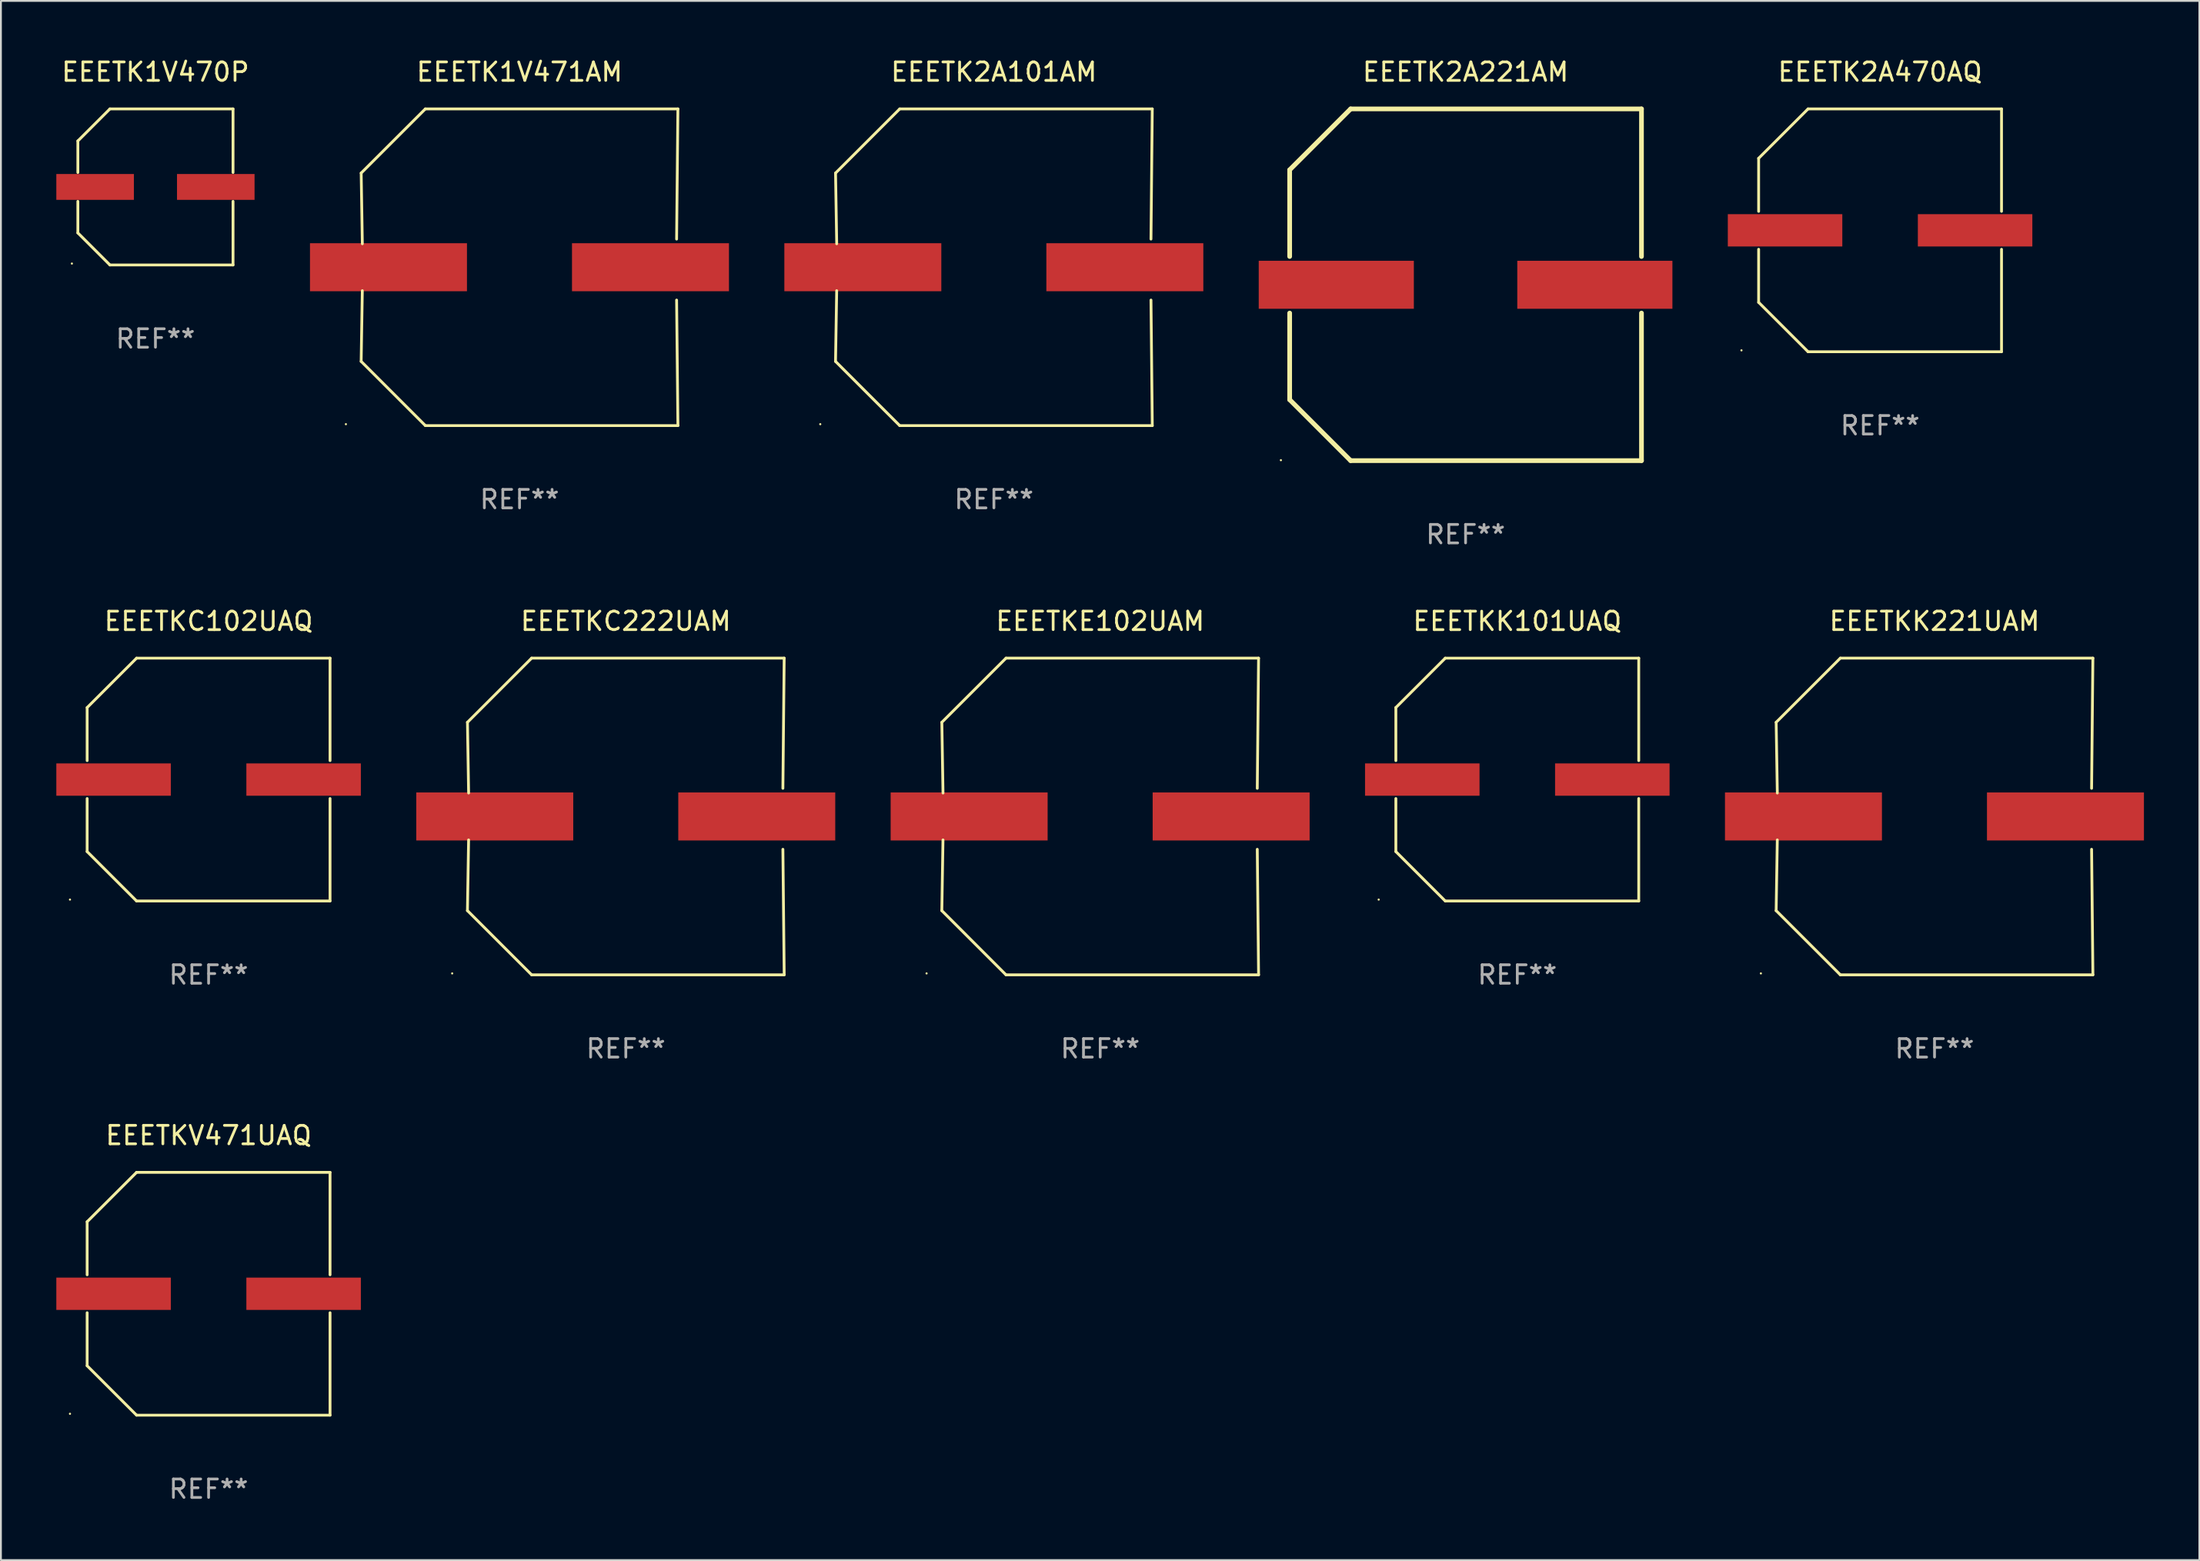
<source format=kicad_pcb>
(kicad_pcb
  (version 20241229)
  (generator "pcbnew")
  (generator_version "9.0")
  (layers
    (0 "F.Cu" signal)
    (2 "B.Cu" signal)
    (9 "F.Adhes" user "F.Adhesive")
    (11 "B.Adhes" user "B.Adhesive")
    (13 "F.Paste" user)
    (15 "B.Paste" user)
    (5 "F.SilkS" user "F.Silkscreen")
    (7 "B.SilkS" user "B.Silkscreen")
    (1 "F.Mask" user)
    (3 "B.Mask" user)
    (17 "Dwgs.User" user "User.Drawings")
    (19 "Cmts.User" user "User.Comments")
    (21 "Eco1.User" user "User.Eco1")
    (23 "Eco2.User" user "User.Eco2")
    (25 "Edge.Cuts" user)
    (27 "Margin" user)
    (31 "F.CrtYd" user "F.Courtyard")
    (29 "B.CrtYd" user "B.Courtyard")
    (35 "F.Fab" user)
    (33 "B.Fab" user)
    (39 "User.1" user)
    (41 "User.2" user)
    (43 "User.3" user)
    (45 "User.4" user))
  (footprint "EEETK2A221AM"
    (layer "F.Cu")
    (at 76.308 12.373)
    (property "Reference" "EEETK2A221AM" (at 0 -11.525 0) (layer "F.SilkS") (effects (font (size 1 1) (thickness 0.15))))
    (attr through_hole)
    (fp_line (start -9.525 -6.223) (end -9.525 -1.531) (stroke (width 0.254) (type solid)) (layer "F.SilkS"))
    (fp_line (start -9.525 1.531) (end -9.525 6.223) (stroke (width 0.254) (type solid)) (layer "F.SilkS"))
    (fp_line (start -9.525 6.223) (end -6.223 9.525) (stroke (width 0.254) (type solid)) (layer "F.SilkS"))
    (fp_line (start -6.223 -9.525) (end -9.525 -6.223) (stroke (width 0.254) (type solid)) (layer "F.SilkS"))
    (fp_line (start -6.223 9.525) (end 9.525 9.525) (stroke (width 0.254) (type solid)) (layer "F.SilkS"))
    (fp_line (start 9.525 -9.525) (end -6.223 -9.525) (stroke (width 0.254) (type solid)) (layer "F.SilkS"))
    (fp_line (start 9.525 -1.531) (end 9.525 -9.525) (stroke (width 0.254) (type solid)) (layer "F.SilkS"))
    (fp_line (start 9.525 9.525) (end 9.525 1.531) (stroke (width 0.254) (type solid)) (layer "F.SilkS"))
    (fp_circle (center -10 9.5) (end -9.97 9.5) (stroke (width 0.06) (type solid)) (fill no) (layer "F.SilkS"))
    (fp_text user "REF**" (at 0 13.525 0) (layer "F.Fab") (effects (font (size 1 1) (thickness 0.15))))
    (pad "1" smd rect (at -7 0) (size 8.4 2.6) (layers "F.Cu" "F.Mask" "F.Paste"))
    (pad "2" smd rect (at 7 0) (size 8.4 2.6) (layers "F.Cu" "F.Mask" "F.Paste")))
  (footprint "EEETKC102UAQ"
    (layer "F.Cu")
    (at 8.245 39.171)
    (property "Reference" "EEETKC102UAQ" (at 0 -8.576 0) (layer "F.SilkS") (effects (font (size 1 1) (thickness 0.15))))
    (attr through_hole)
    (fp_line (start -6.576 -3.9) (end -6.576 -1.027) (stroke (width 0.152) (type solid)) (layer "F.SilkS"))
    (fp_line (start -6.576 3.9) (end -6.576 1.027) (stroke (width 0.152) (type solid)) (layer "F.SilkS"))
    (fp_line (start -3.9 -6.576) (end -6.576 -3.9) (stroke (width 0.152) (type solid)) (layer "F.SilkS"))
    (fp_line (start -3.9 6.576) (end -6.576 3.9) (stroke (width 0.152) (type solid)) (layer "F.SilkS"))
    (fp_line (start 6.576 -6.576) (end -3.9 -6.576) (stroke (width 0.152) (type solid)) (layer "F.SilkS"))
    (fp_line (start 6.576 -1.027) (end 6.576 -6.576) (stroke (width 0.152) (type solid)) (layer "F.SilkS"))
    (fp_line (start 6.576 1.027) (end 6.576 6.576) (stroke (width 0.152) (type solid)) (layer "F.SilkS"))
    (fp_line (start 6.576 6.576) (end -3.9 6.576) (stroke (width 0.152) (type solid)) (layer "F.SilkS"))
    (fp_circle (center -7.506 6.5) (end -7.476 6.5) (stroke (width 0.06) (type solid)) (fill no) (layer "F.SilkS"))
    (fp_text user "REF**" (at 0 10.576 0) (layer "F.Fab") (effects (font (size 1 1) (thickness 0.15))))
    (pad "1" smd rect (at -5.145 0) (size 6.2 1.75) (layers "F.Cu" "F.Mask" "F.Paste"))
    (pad "2" smd rect (at 5.145 0) (size 6.2 1.75) (layers "F.Cu" "F.Mask" "F.Paste")))
  (footprint "EEETKK101UAQ"
    (layer "F.Cu")
    (at 79.109 39.171)
    (property "Reference" "EEETKK101UAQ" (at 0 -8.576 0) (layer "F.SilkS") (effects (font (size 1 1) (thickness 0.15))))
    (attr through_hole)
    (fp_line (start -6.576 -3.9) (end -6.576 -1.027) (stroke (width 0.152) (type solid)) (layer "F.SilkS"))
    (fp_line (start -6.576 3.9) (end -6.576 1.027) (stroke (width 0.152) (type solid)) (layer "F.SilkS"))
    (fp_line (start -3.9 -6.576) (end -6.576 -3.9) (stroke (width 0.152) (type solid)) (layer "F.SilkS"))
    (fp_line (start -3.9 6.576) (end -6.576 3.9) (stroke (width 0.152) (type solid)) (layer "F.SilkS"))
    (fp_line (start 6.576 -6.576) (end -3.9 -6.576) (stroke (width 0.152) (type solid)) (layer "F.SilkS"))
    (fp_line (start 6.576 -1.027) (end 6.576 -6.576) (stroke (width 0.152) (type solid)) (layer "F.SilkS"))
    (fp_line (start 6.576 1.027) (end 6.576 6.576) (stroke (width 0.152) (type solid)) (layer "F.SilkS"))
    (fp_line (start 6.576 6.576) (end -3.9 6.576) (stroke (width 0.152) (type solid)) (layer "F.SilkS"))
    (fp_circle (center -7.506 6.5) (end -7.476 6.5) (stroke (width 0.06) (type solid)) (fill no) (layer "F.SilkS"))
    (fp_text user "REF**" (at 0 10.576 0) (layer "F.Fab") (effects (font (size 1 1) (thickness 0.15))))
    (pad "1" smd rect (at -5.145 0) (size 6.2 1.75) (layers "F.Cu" "F.Mask" "F.Paste"))
    (pad "2" smd rect (at 5.145 0) (size 6.2 1.75) (layers "F.Cu" "F.Mask" "F.Paste")))
  (footprint "EEETKC222UAM"
    (layer "F.Cu")
    (at 30.837 41.17)
    (property "Reference" "EEETKC222UAM" (at 0 -10.576 0) (layer "F.SilkS") (effects (font (size 1 1) (thickness 0.15))))
    (attr through_hole)
    (fp_line (start -8.576 5.099) (end -8.513 1.269) (stroke (width 0.152) (type solid)) (layer "F.SilkS"))
    (fp_line (start -8.575 -5.101) (end -8.512 -1.271) (stroke (width 0.152) (type solid)) (layer "F.SilkS"))
    (fp_line (start -5.1 -8.576) (end -8.575 -5.101) (stroke (width 0.152) (type solid)) (layer "F.SilkS"))
    (fp_line (start -5.1 8.576) (end -8.576 5.099) (stroke (width 0.152) (type solid)) (layer "F.SilkS"))
    (fp_line (start 8.505 -1.525) (end 8.575 -8.576) (stroke (width 0.152) (type solid)) (layer "F.SilkS"))
    (fp_line (start 8.505 1.777) (end 8.576 8.576) (stroke (width 0.152) (type solid)) (layer "F.SilkS"))
    (fp_line (start 8.575 -8.576) (end -5.1 -8.576) (stroke (width 0.152) (type solid)) (layer "F.SilkS"))
    (fp_line (start 8.576 8.576) (end -5.1 8.576) (stroke (width 0.152) (type solid)) (layer "F.SilkS"))
    (fp_circle (center -9.402 8.499) (end -9.372 8.499) (stroke (width 0.06) (type solid)) (fill no) (layer "F.SilkS"))
    (fp_text user "REF**" (at 0 12.576 0) (layer "F.Fab") (effects (font (size 1 1) (thickness 0.15))))
    (pad "1" smd rect (at -7.097 -0.001) (size 8.5 2.6) (layers "F.Cu" "F.Mask" "F.Paste"))
    (pad "2" smd rect (at 7.09 -0.001) (size 8.5 2.6) (layers "F.Cu" "F.Mask" "F.Paste")))
  (footprint "EEETK2A101AM"
    (layer "F.Cu")
    (at 50.768 11.424)
    (property "Reference" "EEETK2A101AM" (at 0 -10.576 0) (layer "F.SilkS") (effects (font (size 1 1) (thickness 0.15))))
    (attr through_hole)
    (fp_line (start -8.576 5.099) (end -8.513 1.269) (stroke (width 0.152) (type solid)) (layer "F.SilkS"))
    (fp_line (start -8.575 -5.101) (end -8.512 -1.271) (stroke (width 0.152) (type solid)) (layer "F.SilkS"))
    (fp_line (start -5.1 -8.576) (end -8.575 -5.101) (stroke (width 0.152) (type solid)) (layer "F.SilkS"))
    (fp_line (start -5.1 8.576) (end -8.576 5.099) (stroke (width 0.152) (type solid)) (layer "F.SilkS"))
    (fp_line (start 8.505 -1.525) (end 8.575 -8.576) (stroke (width 0.152) (type solid)) (layer "F.SilkS"))
    (fp_line (start 8.505 1.777) (end 8.576 8.576) (stroke (width 0.152) (type solid)) (layer "F.SilkS"))
    (fp_line (start 8.575 -8.576) (end -5.1 -8.576) (stroke (width 0.152) (type solid)) (layer "F.SilkS"))
    (fp_line (start 8.576 8.576) (end -5.1 8.576) (stroke (width 0.152) (type solid)) (layer "F.SilkS"))
    (fp_circle (center -9.402 8.499) (end -9.372 8.499) (stroke (width 0.06) (type solid)) (fill no) (layer "F.SilkS"))
    (fp_text user "REF**" (at 0 12.576 0) (layer "F.Fab") (effects (font (size 1 1) (thickness 0.15))))
    (pad "1" smd rect (at -7.097 -0.001) (size 8.5 2.6) (layers "F.Cu" "F.Mask" "F.Paste"))
    (pad "2" smd rect (at 7.09 -0.001) (size 8.5 2.6) (layers "F.Cu" "F.Mask" "F.Paste")))
  (footprint "EEETK1V471AM"
    (layer "F.Cu")
    (at 25.082 11.424)
    (property "Reference" "EEETK1V471AM" (at 0 -10.576 0) (layer "F.SilkS") (effects (font (size 1 1) (thickness 0.15))))
    (attr through_hole)
    (fp_line (start -8.576 5.099) (end -8.513 1.269) (stroke (width 0.152) (type solid)) (layer "F.SilkS"))
    (fp_line (start -8.575 -5.101) (end -8.512 -1.271) (stroke (width 0.152) (type solid)) (layer "F.SilkS"))
    (fp_line (start -5.1 -8.576) (end -8.575 -5.101) (stroke (width 0.152) (type solid)) (layer "F.SilkS"))
    (fp_line (start -5.1 8.576) (end -8.576 5.099) (stroke (width 0.152) (type solid)) (layer "F.SilkS"))
    (fp_line (start 8.505 -1.525) (end 8.575 -8.576) (stroke (width 0.152) (type solid)) (layer "F.SilkS"))
    (fp_line (start 8.505 1.777) (end 8.576 8.576) (stroke (width 0.152) (type solid)) (layer "F.SilkS"))
    (fp_line (start 8.575 -8.576) (end -5.1 -8.576) (stroke (width 0.152) (type solid)) (layer "F.SilkS"))
    (fp_line (start 8.576 8.576) (end -5.1 8.576) (stroke (width 0.152) (type solid)) (layer "F.SilkS"))
    (fp_circle (center -9.402 8.499) (end -9.372 8.499) (stroke (width 0.06) (type solid)) (fill no) (layer "F.SilkS"))
    (fp_text user "REF**" (at 0 12.576 0) (layer "F.Fab") (effects (font (size 1 1) (thickness 0.15))))
    (pad "1" smd rect (at -7.097 -0.001) (size 8.5 2.6) (layers "F.Cu" "F.Mask" "F.Paste"))
    (pad "2" smd rect (at 7.09 -0.001) (size 8.5 2.6) (layers "F.Cu" "F.Mask" "F.Paste")))
  (footprint "EEETKV471UAQ"
    (layer "F.Cu")
    (at 8.245 67.019)
    (property "Reference" "EEETKV471UAQ" (at 0 -8.576 0) (layer "F.SilkS") (effects (font (size 1 1) (thickness 0.15))))
    (attr through_hole)
    (fp_line (start -6.576 -3.9) (end -6.576 -1.027) (stroke (width 0.152) (type solid)) (layer "F.SilkS"))
    (fp_line (start -6.576 3.9) (end -6.576 1.027) (stroke (width 0.152) (type solid)) (layer "F.SilkS"))
    (fp_line (start -3.9 -6.576) (end -6.576 -3.9) (stroke (width 0.152) (type solid)) (layer "F.SilkS"))
    (fp_line (start -3.9 6.576) (end -6.576 3.9) (stroke (width 0.152) (type solid)) (layer "F.SilkS"))
    (fp_line (start 6.576 -6.576) (end -3.9 -6.576) (stroke (width 0.152) (type solid)) (layer "F.SilkS"))
    (fp_line (start 6.576 -1.027) (end 6.576 -6.576) (stroke (width 0.152) (type solid)) (layer "F.SilkS"))
    (fp_line (start 6.576 1.027) (end 6.576 6.576) (stroke (width 0.152) (type solid)) (layer "F.SilkS"))
    (fp_line (start 6.576 6.576) (end -3.9 6.576) (stroke (width 0.152) (type solid)) (layer "F.SilkS"))
    (fp_circle (center -7.506 6.5) (end -7.476 6.5) (stroke (width 0.06) (type solid)) (fill no) (layer "F.SilkS"))
    (fp_text user "REF**" (at 0 10.576 0) (layer "F.Fab") (effects (font (size 1 1) (thickness 0.15))))
    (pad "1" smd rect (at -5.145 0) (size 6.2 1.75) (layers "F.Cu" "F.Mask" "F.Paste"))
    (pad "2" smd rect (at 5.145 0) (size 6.2 1.75) (layers "F.Cu" "F.Mask" "F.Paste")))
  (footprint "EEETKK221UAM"
    (layer "F.Cu")
    (at 101.701 41.17)
    (property "Reference" "EEETKK221UAM" (at 0 -10.576 0) (layer "F.SilkS") (effects (font (size 1 1) (thickness 0.15))))
    (attr through_hole)
    (fp_line (start -8.576 5.099) (end -8.513 1.269) (stroke (width 0.152) (type solid)) (layer "F.SilkS"))
    (fp_line (start -8.575 -5.101) (end -8.512 -1.271) (stroke (width 0.152) (type solid)) (layer "F.SilkS"))
    (fp_line (start -5.1 -8.576) (end -8.575 -5.101) (stroke (width 0.152) (type solid)) (layer "F.SilkS"))
    (fp_line (start -5.1 8.576) (end -8.576 5.099) (stroke (width 0.152) (type solid)) (layer "F.SilkS"))
    (fp_line (start 8.505 -1.525) (end 8.575 -8.576) (stroke (width 0.152) (type solid)) (layer "F.SilkS"))
    (fp_line (start 8.505 1.777) (end 8.576 8.576) (stroke (width 0.152) (type solid)) (layer "F.SilkS"))
    (fp_line (start 8.575 -8.576) (end -5.1 -8.576) (stroke (width 0.152) (type solid)) (layer "F.SilkS"))
    (fp_line (start 8.576 8.576) (end -5.1 8.576) (stroke (width 0.152) (type solid)) (layer "F.SilkS"))
    (fp_circle (center -9.402 8.499) (end -9.372 8.499) (stroke (width 0.06) (type solid)) (fill no) (layer "F.SilkS"))
    (fp_text user "REF**" (at 0 12.576 0) (layer "F.Fab") (effects (font (size 1 1) (thickness 0.15))))
    (pad "1" smd rect (at -7.097 -0.001) (size 8.5 2.6) (layers "F.Cu" "F.Mask" "F.Paste"))
    (pad "2" smd rect (at 7.09 -0.001) (size 8.5 2.6) (layers "F.Cu" "F.Mask" "F.Paste")))
  (footprint "EEETK2A470AQ"
    (layer "F.Cu")
    (at 98.753 9.424)
    (property "Reference" "EEETK2A470AQ" (at 0 -8.576 0) (layer "F.SilkS") (effects (font (size 1 1) (thickness 0.15))))
    (attr through_hole)
    (fp_line (start -6.576 -3.9) (end -6.576 -1.027) (stroke (width 0.152) (type solid)) (layer "F.SilkS"))
    (fp_line (start -6.576 3.9) (end -6.576 1.027) (stroke (width 0.152) (type solid)) (layer "F.SilkS"))
    (fp_line (start -3.9 -6.576) (end -6.576 -3.9) (stroke (width 0.152) (type solid)) (layer "F.SilkS"))
    (fp_line (start -3.9 6.576) (end -6.576 3.9) (stroke (width 0.152) (type solid)) (layer "F.SilkS"))
    (fp_line (start 6.576 -6.576) (end -3.9 -6.576) (stroke (width 0.152) (type solid)) (layer "F.SilkS"))
    (fp_line (start 6.576 -1.027) (end 6.576 -6.576) (stroke (width 0.152) (type solid)) (layer "F.SilkS"))
    (fp_line (start 6.576 1.027) (end 6.576 6.576) (stroke (width 0.152) (type solid)) (layer "F.SilkS"))
    (fp_line (start 6.576 6.576) (end -3.9 6.576) (stroke (width 0.152) (type solid)) (layer "F.SilkS"))
    (fp_circle (center -7.506 6.5) (end -7.476 6.5) (stroke (width 0.06) (type solid)) (fill no) (layer "F.SilkS"))
    (fp_text user "REF**" (at 0 10.576 0) (layer "F.Fab") (effects (font (size 1 1) (thickness 0.15))))
    (pad "1" smd rect (at -5.145 0) (size 6.2 1.75) (layers "F.Cu" "F.Mask" "F.Paste"))
    (pad "2" smd rect (at 5.145 0) (size 6.2 1.75) (layers "F.Cu" "F.Mask" "F.Paste")))
  (footprint "EEETKE102UAM"
    (layer "F.Cu")
    (at 56.524 41.17)
    (property "Reference" "EEETKE102UAM" (at 0 -10.576 0) (layer "F.SilkS") (effects (font (size 1 1) (thickness 0.15))))
    (attr through_hole)
    (fp_line (start -8.576 5.099) (end -8.513 1.269) (stroke (width 0.152) (type solid)) (layer "F.SilkS"))
    (fp_line (start -8.575 -5.101) (end -8.512 -1.271) (stroke (width 0.152) (type solid)) (layer "F.SilkS"))
    (fp_line (start -5.1 -8.576) (end -8.575 -5.101) (stroke (width 0.152) (type solid)) (layer "F.SilkS"))
    (fp_line (start -5.1 8.576) (end -8.576 5.099) (stroke (width 0.152) (type solid)) (layer "F.SilkS"))
    (fp_line (start 8.505 -1.525) (end 8.575 -8.576) (stroke (width 0.152) (type solid)) (layer "F.SilkS"))
    (fp_line (start 8.505 1.777) (end 8.576 8.576) (stroke (width 0.152) (type solid)) (layer "F.SilkS"))
    (fp_line (start 8.575 -8.576) (end -5.1 -8.576) (stroke (width 0.152) (type solid)) (layer "F.SilkS"))
    (fp_line (start 8.576 8.576) (end -5.1 8.576) (stroke (width 0.152) (type solid)) (layer "F.SilkS"))
    (fp_circle (center -9.402 8.499) (end -9.372 8.499) (stroke (width 0.06) (type solid)) (fill no) (layer "F.SilkS"))
    (fp_text user "REF**" (at 0 12.576 0) (layer "F.Fab") (effects (font (size 1 1) (thickness 0.15))))
    (pad "1" smd rect (at -7.097 -0.001) (size 8.5 2.6) (layers "F.Cu" "F.Mask" "F.Paste"))
    (pad "2" smd rect (at 7.09 -0.001) (size 8.5 2.6) (layers "F.Cu" "F.Mask" "F.Paste")))
  (footprint "EEETK1V470P"
    (layer "F.Cu")
    (at 5.367 7.074)
    (property "Reference" "EEETK1V470P" (at 0 -6.226 0) (layer "F.SilkS") (effects (font (size 1 1) (thickness 0.15))))
    (attr through_hole)
    (fp_line (start -4.201 -2.49) (end -4.201 -0.782) (stroke (width 0.152) (type solid)) (layer "F.SilkS"))
    (fp_line (start -4.201 2.49) (end -4.201 0.782) (stroke (width 0.152) (type solid)) (layer "F.SilkS"))
    (fp_line (start -2.465 -4.226) (end -4.201 -2.49) (stroke (width 0.152) (type solid)) (layer "F.SilkS"))
    (fp_line (start -2.465 4.226) (end -4.201 2.49) (stroke (width 0.152) (type solid)) (layer "F.SilkS"))
    (fp_line (start 4.201 -4.226) (end -2.465 -4.226) (stroke (width 0.152) (type solid)) (layer "F.SilkS"))
    (fp_line (start 4.201 -0.782) (end 4.201 -4.226) (stroke (width 0.152) (type solid)) (layer "F.SilkS"))
    (fp_line (start 4.201 0.782) (end 4.201 4.226) (stroke (width 0.152) (type solid)) (layer "F.SilkS"))
    (fp_line (start 4.201 4.226) (end -2.465 4.226) (stroke (width 0.152) (type solid)) (layer "F.SilkS"))
    (fp_circle (center -4.524 4.15) (end -4.494 4.15) (stroke (width 0.06) (type solid)) (fill no) (layer "F.SilkS"))
    (fp_text user "REF**" (at 0 8.226 0) (layer "F.Fab") (effects (font (size 1 1) (thickness 0.15))))
    (pad "1" smd rect (at -3.267 0) (size 4.2 1.4) (layers "F.Cu" "F.Mask" "F.Paste"))
    (pad "2" smd rect (at 3.267 0) (size 4.2 1.4) (layers "F.Cu" "F.Mask" "F.Paste")))
  (gr_rect
    (start -3 -3)
    (end 116.041 81.443)
    (stroke (width 0.1) (type default))
    (fill no)
    (layer "Edge.Cuts")))
</source>
